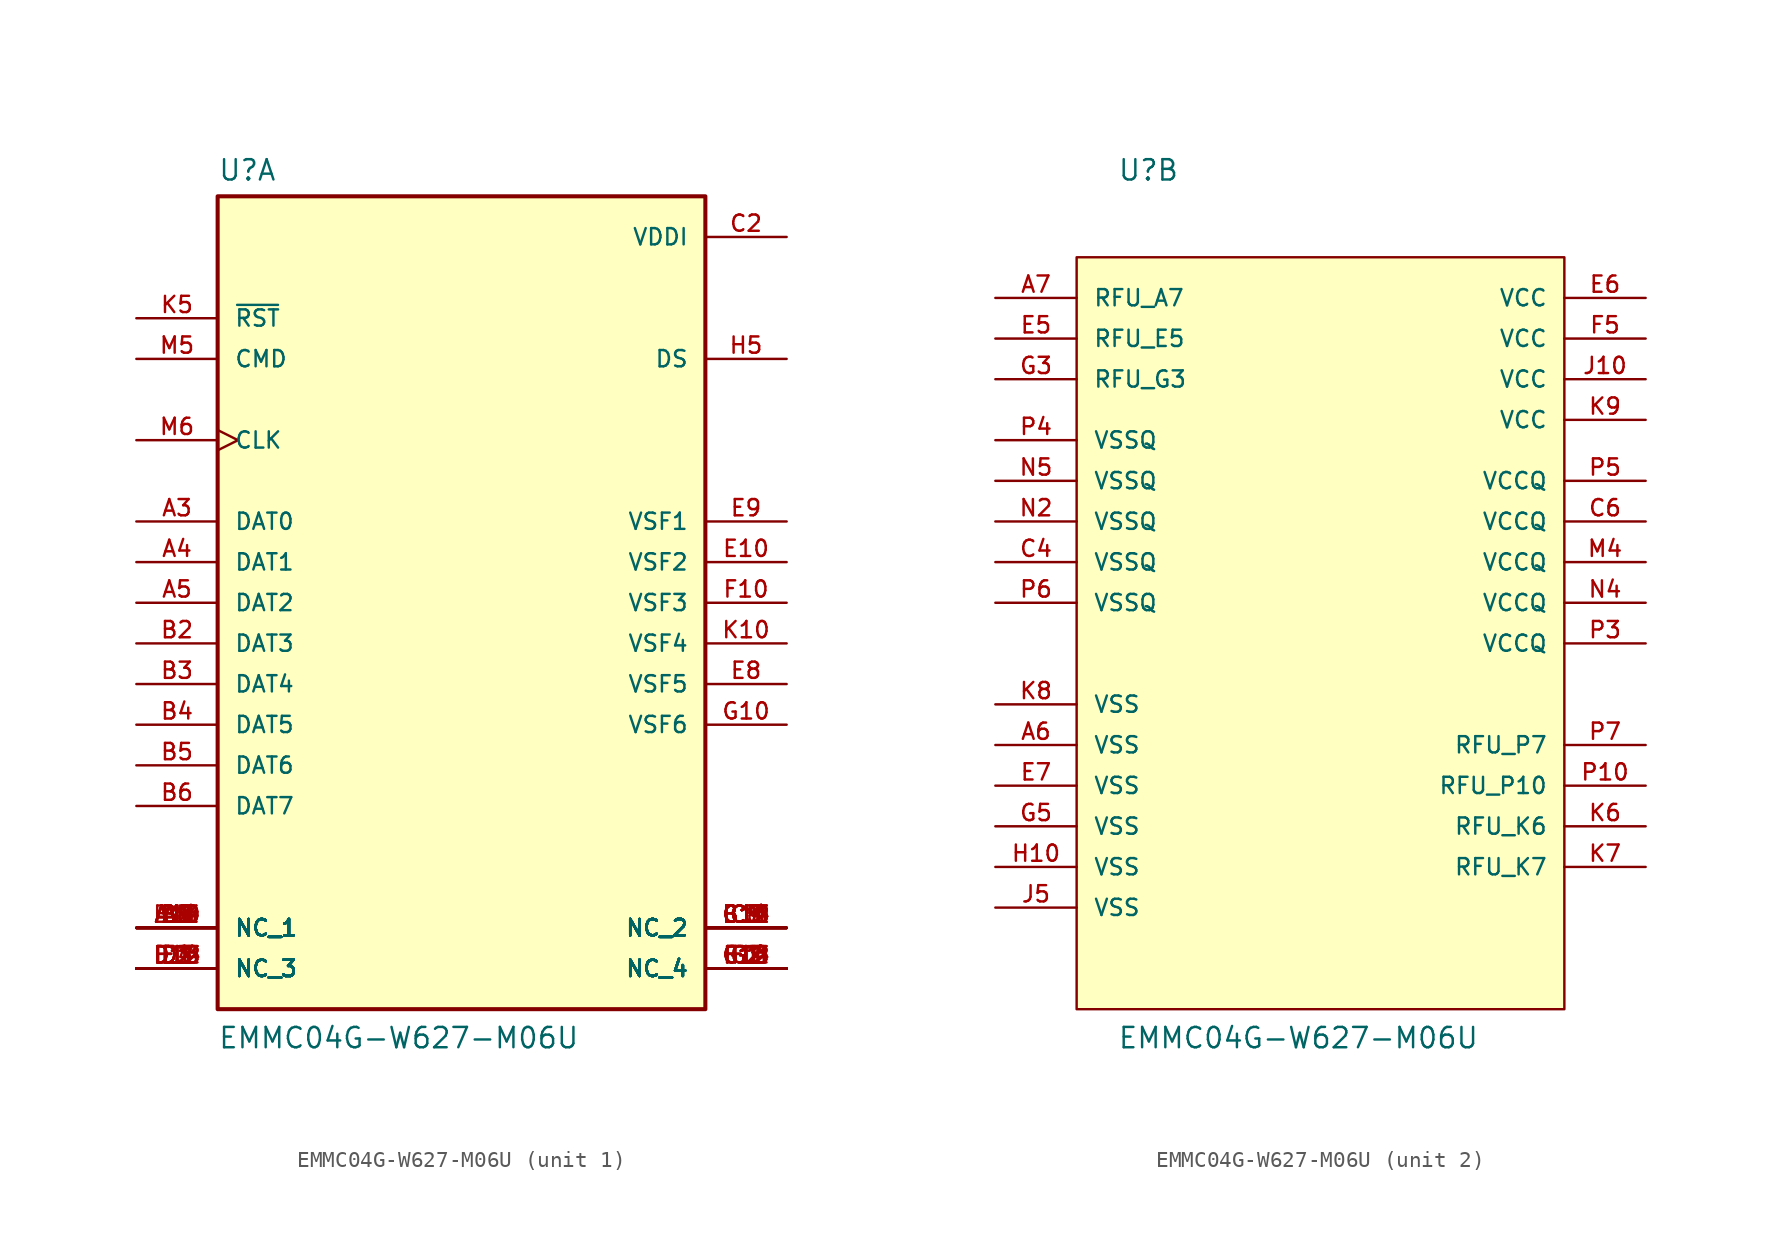
<source format=kicad_sym>
(kicad_symbol_lib
  (version 20241209)
  (generator "kicad_symbol_editor")
  (generator_version "9.0")
  (symbol "EMMC04G-W627-M06U"
    (pin_names
      (offset 1.016))
    (property "Reference" "U"
      (at -15.24 26.289 0)
      (effects (font (size 1.27 1.27)) (justify left bottom)))
    (property "Value" "EMMC04G-W627-M06U"
      (at -15.24 -27.94 0)
      (effects (font (size 1.27 1.27)) (justify left bottom)))
    (symbol "EMMC04G-W627-M06U_1_0"
      (rectangle (start -15.24 -25.4) (end 15.24 25.4) (stroke (width 0.254) (type default)) (fill (type background)))
      (pin input line (at -20.32 17.78 0) (length 5.08) (name "~{RST}" (effects (font (size 1.016 1.016)))) (number "K5" (effects (font (size 1.016 1.016)))))
      (pin bidirectional line (at -20.32 15.24 0) (length 5.08) (name "CMD" (effects (font (size 1.016 1.016)))) (number "M5" (effects (font (size 1.016 1.016)))))
      (pin input clock (at -20.32 10.16 0) (length 5.08) (name "CLK" (effects (font (size 1.016 1.016)))) (number "M6" (effects (font (size 1.016 1.016)))))
      (pin bidirectional line (at -20.32 5.08 0) (length 5.08) (name "DAT0" (effects (font (size 1.016 1.016)))) (number "A3" (effects (font (size 1.016 1.016)))))
      (pin bidirectional line (at -20.32 2.54 0) (length 5.08) (name "DAT1" (effects (font (size 1.016 1.016)))) (number "A4" (effects (font (size 1.016 1.016)))))
      (pin bidirectional line (at -20.32 0 0) (length 5.08) (name "DAT2" (effects (font (size 1.016 1.016)))) (number "A5" (effects (font (size 1.016 1.016)))))
      (pin bidirectional line (at -20.32 -2.54 0) (length 5.08) (name "DAT3" (effects (font (size 1.016 1.016)))) (number "B2" (effects (font (size 1.016 1.016)))))
      (pin bidirectional line (at -20.32 -5.08 0) (length 5.08) (name "DAT4" (effects (font (size 1.016 1.016)))) (number "B3" (effects (font (size 1.016 1.016)))))
      (pin bidirectional line (at -20.32 -7.62 0) (length 5.08) (name "DAT5" (effects (font (size 1.016 1.016)))) (number "B4" (effects (font (size 1.016 1.016)))))
      (pin bidirectional line (at -20.32 -10.16 0) (length 5.08) (name "DAT6" (effects (font (size 1.016 1.016)))) (number "B5" (effects (font (size 1.016 1.016)))))
      (pin bidirectional line (at -20.32 -12.7 0) (length 5.08) (name "DAT7" (effects (font (size 1.016 1.016)))) (number "B6" (effects (font (size 1.016 1.016)))))
      (pin passive line (at -20.32 -20.32 0) (length 5.08) (name "NC_1" (effects (font (size 1.016 1.016)))) (number "A1" (effects (font (size 1.016 1.016)))))
      (pin passive line (at -20.32 -20.32 0) (length 5.08) (name "NC_1" (effects (font (size 1.016 1.016)))) (number "A10" (effects (font (size 1.016 1.016)))))
      (pin passive line (at -20.32 -20.32 0) (length 5.08) (name "NC_1" (effects (font (size 1.016 1.016)))) (number "A11" (effects (font (size 1.016 1.016)))))
      (pin passive line (at -20.32 -20.32 0) (length 5.08) (name "NC_1" (effects (font (size 1.016 1.016)))) (number "A12" (effects (font (size 1.016 1.016)))))
      (pin passive line (at -20.32 -20.32 0) (length 5.08) (name "NC_1" (effects (font (size 1.016 1.016)))) (number "A13" (effects (font (size 1.016 1.016)))))
      (pin passive line (at -20.32 -20.32 0) (length 5.08) (name "NC_1" (effects (font (size 1.016 1.016)))) (number "A14" (effects (font (size 1.016 1.016)))))
      (pin passive line (at -20.32 -20.32 0) (length 5.08) (name "NC_1" (effects (font (size 1.016 1.016)))) (number "A2" (effects (font (size 1.016 1.016)))))
      (pin passive line (at -20.32 -20.32 0) (length 5.08) (name "NC_1" (effects (font (size 1.016 1.016)))) (number "A8" (effects (font (size 1.016 1.016)))))
      (pin passive line (at -20.32 -20.32 0) (length 5.08) (name "NC_1" (effects (font (size 1.016 1.016)))) (number "A9" (effects (font (size 1.016 1.016)))))
      (pin passive line (at -20.32 -20.32 0) (length 5.08) (name "NC_1" (effects (font (size 1.016 1.016)))) (number "B1" (effects (font (size 1.016 1.016)))))
      (pin passive line (at -20.32 -20.32 0) (length 5.08) (name "NC_1" (effects (font (size 1.016 1.016)))) (number "B10" (effects (font (size 1.016 1.016)))))
      (pin passive line (at -20.32 -20.32 0) (length 5.08) (name "NC_1" (effects (font (size 1.016 1.016)))) (number "B7" (effects (font (size 1.016 1.016)))))
      (pin passive line (at -20.32 -20.32 0) (length 5.08) (name "NC_1" (effects (font (size 1.016 1.016)))) (number "B8" (effects (font (size 1.016 1.016)))))
      (pin passive line (at -20.32 -20.32 0) (length 5.08) (name "NC_1" (effects (font (size 1.016 1.016)))) (number "B9" (effects (font (size 1.016 1.016)))))
      (pin passive line (at -20.32 -22.86 0) (length 5.08) (name "NC_3" (effects (font (size 1.016 1.016)))) (number "D1" (effects (font (size 1.016 1.016)))))
      (pin passive line (at -20.32 -22.86 0) (length 5.08) (name "NC_3" (effects (font (size 1.016 1.016)))) (number "D12" (effects (font (size 1.016 1.016)))))
      (pin passive line (at -20.32 -22.86 0) (length 5.08) (name "NC_3" (effects (font (size 1.016 1.016)))) (number "D13" (effects (font (size 1.016 1.016)))))
      (pin passive line (at -20.32 -22.86 0) (length 5.08) (name "NC_3" (effects (font (size 1.016 1.016)))) (number "D14" (effects (font (size 1.016 1.016)))))
      (pin passive line (at -20.32 -22.86 0) (length 5.08) (name "NC_3" (effects (font (size 1.016 1.016)))) (number "D2" (effects (font (size 1.016 1.016)))))
      (pin passive line (at -20.32 -22.86 0) (length 5.08) (name "NC_3" (effects (font (size 1.016 1.016)))) (number "D3" (effects (font (size 1.016 1.016)))))
      (pin passive line (at -20.32 -22.86 0) (length 5.08) (name "NC_3" (effects (font (size 1.016 1.016)))) (number "D4" (effects (font (size 1.016 1.016)))))
      (pin passive line (at -20.32 -22.86 0) (length 5.08) (name "NC_3" (effects (font (size 1.016 1.016)))) (number "E1" (effects (font (size 1.016 1.016)))))
      (pin passive line (at -20.32 -22.86 0) (length 5.08) (name "NC_3" (effects (font (size 1.016 1.016)))) (number "E12" (effects (font (size 1.016 1.016)))))
      (pin passive line (at -20.32 -22.86 0) (length 5.08) (name "NC_3" (effects (font (size 1.016 1.016)))) (number "E13" (effects (font (size 1.016 1.016)))))
      (pin passive line (at -20.32 -22.86 0) (length 5.08) (name "NC_3" (effects (font (size 1.016 1.016)))) (number "E2" (effects (font (size 1.016 1.016)))))
      (pin passive line (at -20.32 -22.86 0) (length 5.08) (name "NC_3" (effects (font (size 1.016 1.016)))) (number "E3" (effects (font (size 1.016 1.016)))))
      (pin passive line (at 20.32 22.86 180) (length 5.08) (name "VDDI" (effects (font (size 1.016 1.016)))) (number "C2" (effects (font (size 1.016 1.016)))))
      (pin bidirectional line (at 20.32 15.24 180) (length 5.08) (name "DS" (effects (font (size 1.016 1.016)))) (number "H5" (effects (font (size 1.016 1.016)))))
      (pin bidirectional line (at 20.32 5.08 180) (length 5.08) (name "VSF1" (effects (font (size 1.016 1.016)))) (number "E9" (effects (font (size 1.016 1.016)))))
      (pin bidirectional line (at 20.32 2.54 180) (length 5.08) (name "VSF2" (effects (font (size 1.016 1.016)))) (number "E10" (effects (font (size 1.016 1.016)))))
      (pin bidirectional line (at 20.32 0 180) (length 5.08) (name "VSF3" (effects (font (size 1.016 1.016)))) (number "F10" (effects (font (size 1.016 1.016)))))
      (pin bidirectional line (at 20.32 -2.54 180) (length 5.08) (name "VSF4" (effects (font (size 1.016 1.016)))) (number "K10" (effects (font (size 1.016 1.016)))))
      (pin bidirectional line (at 20.32 -5.08 180) (length 5.08) (name "VSF5" (effects (font (size 1.016 1.016)))) (number "E8" (effects (font (size 1.016 1.016)))))
      (pin bidirectional line (at 20.32 -7.62 180) (length 5.08) (name "VSF6" (effects (font (size 1.016 1.016)))) (number "G10" (effects (font (size 1.016 1.016)))))
      (pin passive line (at 20.32 -20.32 180) (length 5.08) (name "NC_2" (effects (font (size 1.016 1.016)))) (number "B11" (effects (font (size 1.016 1.016)))))
      (pin passive line (at 20.32 -20.32 180) (length 5.08) (name "NC_2" (effects (font (size 1.016 1.016)))) (number "B12" (effects (font (size 1.016 1.016)))))
      (pin passive line (at 20.32 -20.32 180) (length 5.08) (name "NC_2" (effects (font (size 1.016 1.016)))) (number "B13" (effects (font (size 1.016 1.016)))))
      (pin passive line (at 20.32 -20.32 180) (length 5.08) (name "NC_2" (effects (font (size 1.016 1.016)))) (number "B14" (effects (font (size 1.016 1.016)))))
      (pin passive line (at 20.32 -20.32 180) (length 5.08) (name "NC_2" (effects (font (size 1.016 1.016)))) (number "C1" (effects (font (size 1.016 1.016)))))
      (pin passive line (at 20.32 -20.32 180) (length 5.08) (name "NC_2" (effects (font (size 1.016 1.016)))) (number "C10" (effects (font (size 1.016 1.016)))))
      (pin passive line (at 20.32 -20.32 180) (length 5.08) (name "NC_2" (effects (font (size 1.016 1.016)))) (number "C11" (effects (font (size 1.016 1.016)))))
      (pin passive line (at 20.32 -20.32 180) (length 5.08) (name "NC_2" (effects (font (size 1.016 1.016)))) (number "C12" (effects (font (size 1.016 1.016)))))
      (pin passive line (at 20.32 -20.32 180) (length 5.08) (name "NC_2" (effects (font (size 1.016 1.016)))) (number "C13" (effects (font (size 1.016 1.016)))))
      (pin passive line (at 20.32 -20.32 180) (length 5.08) (name "NC_2" (effects (font (size 1.016 1.016)))) (number "C14" (effects (font (size 1.016 1.016)))))
      (pin passive line (at 20.32 -20.32 180) (length 5.08) (name "NC_2" (effects (font (size 1.016 1.016)))) (number "C3" (effects (font (size 1.016 1.016)))))
      (pin passive line (at 20.32 -20.32 180) (length 5.08) (name "NC_2" (effects (font (size 1.016 1.016)))) (number "C5" (effects (font (size 1.016 1.016)))))
      (pin passive line (at 20.32 -20.32 180) (length 5.08) (name "NC_2" (effects (font (size 1.016 1.016)))) (number "C7" (effects (font (size 1.016 1.016)))))
      (pin passive line (at 20.32 -20.32 180) (length 5.08) (name "NC_2" (effects (font (size 1.016 1.016)))) (number "C8" (effects (font (size 1.016 1.016)))))
      (pin passive line (at 20.32 -20.32 180) (length 5.08) (name "NC_2" (effects (font (size 1.016 1.016)))) (number "C9" (effects (font (size 1.016 1.016)))))
      (pin passive line (at 20.32 -22.86 180) (length 5.08) (name "NC_4" (effects (font (size 1.016 1.016)))) (number "E14" (effects (font (size 1.016 1.016)))))
      (pin passive line (at 20.32 -22.86 180) (length 5.08) (name "NC_4" (effects (font (size 1.016 1.016)))) (number "F1" (effects (font (size 1.016 1.016)))))
      (pin passive line (at 20.32 -22.86 180) (length 5.08) (name "NC_4" (effects (font (size 1.016 1.016)))) (number "F12" (effects (font (size 1.016 1.016)))))
      (pin passive line (at 20.32 -22.86 180) (length 5.08) (name "NC_4" (effects (font (size 1.016 1.016)))) (number "F13" (effects (font (size 1.016 1.016)))))
      (pin passive line (at 20.32 -22.86 180) (length 5.08) (name "NC_4" (effects (font (size 1.016 1.016)))) (number "F14" (effects (font (size 1.016 1.016)))))
      (pin passive line (at 20.32 -22.86 180) (length 5.08) (name "NC_4" (effects (font (size 1.016 1.016)))) (number "F2" (effects (font (size 1.016 1.016)))))
      (pin passive line (at 20.32 -22.86 180) (length 5.08) (name "NC_4" (effects (font (size 1.016 1.016)))) (number "F3" (effects (font (size 1.016 1.016)))))
      (pin passive line (at 20.32 -22.86 180) (length 5.08) (name "NC_4" (effects (font (size 1.016 1.016)))) (number "G1" (effects (font (size 1.016 1.016)))))
      (pin passive line (at 20.32 -22.86 180) (length 5.08) (name "NC_4" (effects (font (size 1.016 1.016)))) (number "G12" (effects (font (size 1.016 1.016)))))
      (pin passive line (at 20.32 -22.86 180) (length 5.08) (name "NC_4" (effects (font (size 1.016 1.016)))) (number "G13" (effects (font (size 1.016 1.016)))))
      (pin passive line (at 20.32 -22.86 180) (length 5.08) (name "NC_4" (effects (font (size 1.016 1.016)))) (number "G14" (effects (font (size 1.016 1.016)))))
      (pin passive line (at 20.32 -22.86 180) (length 5.08) (name "NC_4" (effects (font (size 1.016 1.016)))) (number "G2" (effects (font (size 1.016 1.016))))))
    (symbol "EMMC04G-W627-M06U_2_0"
      (pin passive line (at -22.86 19.05 0) (length 5.08) (name "RFU_A7" (effects (font (size 1.016 1.016)))) (number "A7" (effects (font (size 1.016 1.016)))))
      (pin passive line (at -22.86 16.51 0) (length 5.08) (name "RFU_E5" (effects (font (size 1.016 1.016)))) (number "E5" (effects (font (size 1.016 1.016)))))
      (pin passive line (at -22.86 13.97 0) (length 5.08) (name "RFU_G3" (effects (font (size 1.016 1.016)))) (number "G3" (effects (font (size 1.016 1.016)))))
      (pin power_in line (at -22.86 10.16 0) (length 5.08) (name "VSSQ" (effects (font (size 1.016 1.016)))) (number "P4" (effects (font (size 1.016 1.016)))))
      (pin power_in line (at -22.86 7.62 0) (length 5.08) (name "VSSQ" (effects (font (size 1.016 1.016)))) (number "N5" (effects (font (size 1.016 1.016)))))
      (pin power_in line (at -22.86 5.08 0) (length 5.08) (name "VSSQ" (effects (font (size 1.016 1.016)))) (number "N2" (effects (font (size 1.016 1.016)))))
      (pin power_in line (at -22.86 2.54 0) (length 5.08) (name "VSSQ" (effects (font (size 1.016 1.016)))) (number "C4" (effects (font (size 1.016 1.016)))))
      (pin power_in line (at -22.86 0 0) (length 5.08) (name "VSSQ" (effects (font (size 1.016 1.016)))) (number "P6" (effects (font (size 1.016 1.016)))))
      (pin power_in line (at -22.86 -6.35 0) (length 5.08) (name "VSS" (effects (font (size 1.016 1.016)))) (number "K8" (effects (font (size 1.016 1.016)))))
      (pin power_in line (at -22.86 -8.89 0) (length 5.08) (name "VSS" (effects (font (size 1.016 1.016)))) (number "A6" (effects (font (size 1.016 1.016)))))
      (pin power_in line (at -22.86 -11.43 0) (length 5.08) (name "VSS" (effects (font (size 1.016 1.016)))) (number "E7" (effects (font (size 1.016 1.016)))))
      (pin power_in line (at -22.86 -13.97 0) (length 5.08) (name "VSS" (effects (font (size 1.016 1.016)))) (number "G5" (effects (font (size 1.016 1.016)))))
      (pin power_in line (at -22.86 -16.51 0) (length 5.08) (name "VSS" (effects (font (size 1.016 1.016)))) (number "H10" (effects (font (size 1.016 1.016)))))
      (pin power_in line (at -22.86 -19.05 0) (length 5.08) (name "VSS" (effects (font (size 1.016 1.016)))) (number "J5" (effects (font (size 1.016 1.016)))))
      (pin passive line (at -22.86 -24.13 0) (length 5.08) (hide yes) (name "NC_5" (effects (font (size 1.016 1.016)))) (number "H1" (effects (font (size 1.016 1.016)))))
      (pin passive line (at -22.86 -24.13 0) (length 5.08) (hide yes) (name "NC_5" (effects (font (size 1.016 1.016)))) (number "H12" (effects (font (size 1.016 1.016)))))
      (pin passive line (at -22.86 -24.13 0) (length 5.08) (hide yes) (name "NC_5" (effects (font (size 1.016 1.016)))) (number "H13" (effects (font (size 1.016 1.016)))))
      (pin passive line (at -22.86 -24.13 0) (length 5.08) (hide yes) (name "NC_5" (effects (font (size 1.016 1.016)))) (number "H14" (effects (font (size 1.016 1.016)))))
      (pin passive line (at -22.86 -24.13 0) (length 5.08) (hide yes) (name "NC_5" (effects (font (size 1.016 1.016)))) (number "H2" (effects (font (size 1.016 1.016)))))
      (pin passive line (at -22.86 -24.13 0) (length 5.08) (hide yes) (name "NC_5" (effects (font (size 1.016 1.016)))) (number "H3" (effects (font (size 1.016 1.016)))))
      (pin passive line (at -22.86 -24.13 0) (length 5.08) (hide yes) (name "NC_5" (effects (font (size 1.016 1.016)))) (number "J1" (effects (font (size 1.016 1.016)))))
      (pin passive line (at -22.86 -24.13 0) (length 5.08) (hide yes) (name "NC_5" (effects (font (size 1.016 1.016)))) (number "J12" (effects (font (size 1.016 1.016)))))
      (pin passive line (at -22.86 -24.13 0) (length 5.08) (hide yes) (name "NC_5" (effects (font (size 1.016 1.016)))) (number "J13" (effects (font (size 1.016 1.016)))))
      (pin passive line (at -22.86 -24.13 0) (length 5.08) (hide yes) (name "NC_5" (effects (font (size 1.016 1.016)))) (number "J14" (effects (font (size 1.016 1.016)))))
      (pin passive line (at -22.86 -24.13 0) (length 5.08) (hide yes) (name "NC_5" (effects (font (size 1.016 1.016)))) (number "J2" (effects (font (size 1.016 1.016)))))
      (pin passive line (at -22.86 -24.13 0) (length 5.08) (hide yes) (name "NC_5" (effects (font (size 1.016 1.016)))) (number "J3" (effects (font (size 1.016 1.016)))))
      (pin passive line (at -22.86 -24.13 0) (length 5.08) (hide yes) (name "NC_5" (effects (font (size 1.016 1.016)))) (number "K1" (effects (font (size 1.016 1.016)))))
      (pin passive line (at -22.86 -24.13 0) (length 5.08) (hide yes) (name "NC_6" (effects (font (size 1.016 1.016)))) (number "K12" (effects (font (size 1.016 1.016)))))
      (pin passive line (at -22.86 -24.13 0) (length 5.08) (hide yes) (name "NC_6" (effects (font (size 1.016 1.016)))) (number "K13" (effects (font (size 1.016 1.016)))))
      (pin passive line (at -22.86 -24.13 0) (length 5.08) (hide yes) (name "NC_6" (effects (font (size 1.016 1.016)))) (number "K14" (effects (font (size 1.016 1.016)))))
      (pin passive line (at -22.86 -24.13 0) (length 5.08) (hide yes) (name "NC_5" (effects (font (size 1.016 1.016)))) (number "K2" (effects (font (size 1.016 1.016)))))
      (pin passive line (at -22.86 -24.13 0) (length 5.08) (hide yes) (name "NC_5" (effects (font (size 1.016 1.016)))) (number "K3" (effects (font (size 1.016 1.016)))))
      (pin passive line (at -22.86 -24.13 0) (length 5.08) (hide yes) (name "NC_6" (effects (font (size 1.016 1.016)))) (number "L1" (effects (font (size 1.016 1.016)))))
      (pin passive line (at -22.86 -24.13 0) (length 5.08) (hide yes) (name "NC_6" (effects (font (size 1.016 1.016)))) (number "L12" (effects (font (size 1.016 1.016)))))
      (pin passive line (at -22.86 -24.13 0) (length 5.08) (hide yes) (name "NC_6" (effects (font (size 1.016 1.016)))) (number "L13" (effects (font (size 1.016 1.016)))))
      (pin passive line (at -22.86 -24.13 0) (length 5.08) (hide yes) (name "NC_6" (effects (font (size 1.016 1.016)))) (number "L14" (effects (font (size 1.016 1.016)))))
      (pin passive line (at -22.86 -24.13 0) (length 5.08) (hide yes) (name "NC_6" (effects (font (size 1.016 1.016)))) (number "L2" (effects (font (size 1.016 1.016)))))
      (pin passive line (at -22.86 -24.13 0) (length 5.08) (hide yes) (name "NC_6" (effects (font (size 1.016 1.016)))) (number "L3" (effects (font (size 1.016 1.016)))))
      (pin passive line (at -22.86 -24.13 0) (length 5.08) (hide yes) (name "NC_6" (effects (font (size 1.016 1.016)))) (number "M1" (effects (font (size 1.016 1.016)))))
      (pin passive line (at -22.86 -24.13 0) (length 5.08) (hide yes) (name "NC_7" (effects (font (size 1.016 1.016)))) (number "M10" (effects (font (size 1.016 1.016)))))
      (pin passive line (at -22.86 -24.13 0) (length 5.08) (hide yes) (name "NC_7" (effects (font (size 1.016 1.016)))) (number "M11" (effects (font (size 1.016 1.016)))))
      (pin passive line (at -22.86 -24.13 0) (length 5.08) (hide yes) (name "NC_7" (effects (font (size 1.016 1.016)))) (number "M12" (effects (font (size 1.016 1.016)))))
      (pin passive line (at -22.86 -24.13 0) (length 5.08) (hide yes) (name "NC_7" (effects (font (size 1.016 1.016)))) (number "M13" (effects (font (size 1.016 1.016)))))
      (pin passive line (at -22.86 -24.13 0) (length 5.08) (hide yes) (name "NC_7" (effects (font (size 1.016 1.016)))) (number "M14" (effects (font (size 1.016 1.016)))))
      (pin passive line (at -22.86 -24.13 0) (length 5.08) (hide yes) (name "NC_6" (effects (font (size 1.016 1.016)))) (number "M2" (effects (font (size 1.016 1.016)))))
      (pin passive line (at -22.86 -24.13 0) (length 5.08) (hide yes) (name "NC_6" (effects (font (size 1.016 1.016)))) (number "M3" (effects (font (size 1.016 1.016)))))
      (pin passive line (at -22.86 -24.13 0) (length 5.08) (hide yes) (name "NC_6" (effects (font (size 1.016 1.016)))) (number "M7" (effects (font (size 1.016 1.016)))))
      (pin passive line (at -22.86 -24.13 0) (length 5.08) (hide yes) (name "NC_7" (effects (font (size 1.016 1.016)))) (number "M8" (effects (font (size 1.016 1.016)))))
      (pin passive line (at -22.86 -24.13 0) (length 5.08) (hide yes) (name "NC_7" (effects (font (size 1.016 1.016)))) (number "M9" (effects (font (size 1.016 1.016)))))
      (pin passive line (at -22.86 -24.13 0) (length 5.08) (hide yes) (name "NC_7" (effects (font (size 1.016 1.016)))) (number "N1" (effects (font (size 1.016 1.016)))))
      (pin passive line (at -22.86 -24.13 0) (length 5.08) (hide yes) (name "NC_7" (effects (font (size 1.016 1.016)))) (number "N10" (effects (font (size 1.016 1.016)))))
      (pin passive line (at -22.86 -24.13 0) (length 5.08) (hide yes) (name "NC_8" (effects (font (size 1.016 1.016)))) (number "N11" (effects (font (size 1.016 1.016)))))
      (pin passive line (at -22.86 -24.13 0) (length 5.08) (hide yes) (name "NC_8" (effects (font (size 1.016 1.016)))) (number "N12" (effects (font (size 1.016 1.016)))))
      (pin passive line (at -22.86 -24.13 0) (length 5.08) (hide yes) (name "NC_8" (effects (font (size 1.016 1.016)))) (number "N13" (effects (font (size 1.016 1.016)))))
      (pin passive line (at -22.86 -24.13 0) (length 5.08) (hide yes) (name "NC_8" (effects (font (size 1.016 1.016)))) (number "N14" (effects (font (size 1.016 1.016)))))
      (pin passive line (at -22.86 -24.13 0) (length 5.08) (hide yes) (name "NC_7" (effects (font (size 1.016 1.016)))) (number "N3" (effects (font (size 1.016 1.016)))))
      (pin passive line (at -22.86 -24.13 0) (length 5.08) (hide yes) (name "NC_7" (effects (font (size 1.016 1.016)))) (number "N6" (effects (font (size 1.016 1.016)))))
      (pin passive line (at -22.86 -24.13 0) (length 5.08) (hide yes) (name "NC_7" (effects (font (size 1.016 1.016)))) (number "N7" (effects (font (size 1.016 1.016)))))
      (pin passive line (at -22.86 -24.13 0) (length 5.08) (hide yes) (name "NC_7" (effects (font (size 1.016 1.016)))) (number "N8" (effects (font (size 1.016 1.016)))))
      (pin passive line (at -22.86 -24.13 0) (length 5.08) (hide yes) (name "NC_7" (effects (font (size 1.016 1.016)))) (number "N9" (effects (font (size 1.016 1.016)))))
      (pin passive line (at -22.86 -24.13 0) (length 5.08) (hide yes) (name "NC_8" (effects (font (size 1.016 1.016)))) (number "P1" (effects (font (size 1.016 1.016)))))
      (pin passive line (at -22.86 -24.13 0) (length 5.08) (hide yes) (name "NC_8" (effects (font (size 1.016 1.016)))) (number "P11" (effects (font (size 1.016 1.016)))))
      (pin passive line (at -22.86 -24.13 0) (length 5.08) (hide yes) (name "NC_8" (effects (font (size 1.016 1.016)))) (number "P12" (effects (font (size 1.016 1.016)))))
      (pin passive line (at -22.86 -24.13 0) (length 5.08) (hide yes) (name "NC_8" (effects (font (size 1.016 1.016)))) (number "P13" (effects (font (size 1.016 1.016)))))
      (pin passive line (at -22.86 -24.13 0) (length 5.08) (hide yes) (name "NC_8" (effects (font (size 1.016 1.016)))) (number "P14" (effects (font (size 1.016 1.016)))))
      (pin passive line (at -22.86 -24.13 0) (length 5.08) (hide yes) (name "NC_8" (effects (font (size 1.016 1.016)))) (number "P2" (effects (font (size 1.016 1.016)))))
      (pin passive line (at -22.86 -24.13 0) (length 5.08) (hide yes) (name "NC_8" (effects (font (size 1.016 1.016)))) (number "P8" (effects (font (size 1.016 1.016)))))
      (pin passive line (at -22.86 -24.13 0) (length 5.08) (hide yes) (name "NC_8" (effects (font (size 1.016 1.016)))) (number "P9" (effects (font (size 1.016 1.016)))))
      (pin power_in line (at 17.78 19.05 180) (length 5.08) (name "VCC" (effects (font (size 1.016 1.016)))) (number "E6" (effects (font (size 1.016 1.016)))))
      (pin power_in line (at 17.78 16.51 180) (length 5.08) (name "VCC" (effects (font (size 1.016 1.016)))) (number "F5" (effects (font (size 1.016 1.016)))))
      (pin power_in line (at 17.78 13.97 180) (length 5.08) (name "VCC" (effects (font (size 1.016 1.016)))) (number "J10" (effects (font (size 1.016 1.016)))))
      (pin power_in line (at 17.78 11.43 180) (length 5.08) (name "VCC" (effects (font (size 1.016 1.016)))) (number "K9" (effects (font (size 1.016 1.016)))))
      (pin power_in line (at 17.78 7.62 180) (length 5.08) (name "VCCQ" (effects (font (size 1.016 1.016)))) (number "P5" (effects (font (size 1.016 1.016)))))
      (pin power_in line (at 17.78 5.08 180) (length 5.08) (name "VCCQ" (effects (font (size 1.016 1.016)))) (number "C6" (effects (font (size 1.016 1.016)))))
      (pin power_in line (at 17.78 2.54 180) (length 5.08) (name "VCCQ" (effects (font (size 1.016 1.016)))) (number "M4" (effects (font (size 1.016 1.016)))))
      (pin power_in line (at 17.78 0 180) (length 5.08) (name "VCCQ" (effects (font (size 1.016 1.016)))) (number "N4" (effects (font (size 1.016 1.016)))))
      (pin power_in line (at 17.78 -2.54 180) (length 5.08) (name "VCCQ" (effects (font (size 1.016 1.016)))) (number "P3" (effects (font (size 1.016 1.016)))))
      (pin passive line (at 17.78 -8.89 180) (length 5.08) (name "RFU_P7" (effects (font (size 1.016 1.016)))) (number "P7" (effects (font (size 1.016 1.016)))))
      (pin passive line (at 17.78 -11.43 180) (length 5.08) (name "RFU_P10" (effects (font (size 1.016 1.016)))) (number "P10" (effects (font (size 1.016 1.016)))))
      (pin passive line (at 17.78 -13.97 180) (length 5.08) (name "RFU_K6" (effects (font (size 1.016 1.016)))) (number "K6" (effects (font (size 1.016 1.016)))))
      (pin passive line (at 17.78 -16.51 180) (length 5.08) (name "RFU_K7" (effects (font (size 1.016 1.016)))) (number "K7" (effects (font (size 1.016 1.016))))))
    (symbol "EMMC04G-W627-M06U_2_1"
      (rectangle (start -17.78 21.59) (end 12.7 -25.4) (stroke (width 0) (type default)) (fill (type background))))))
</source>
